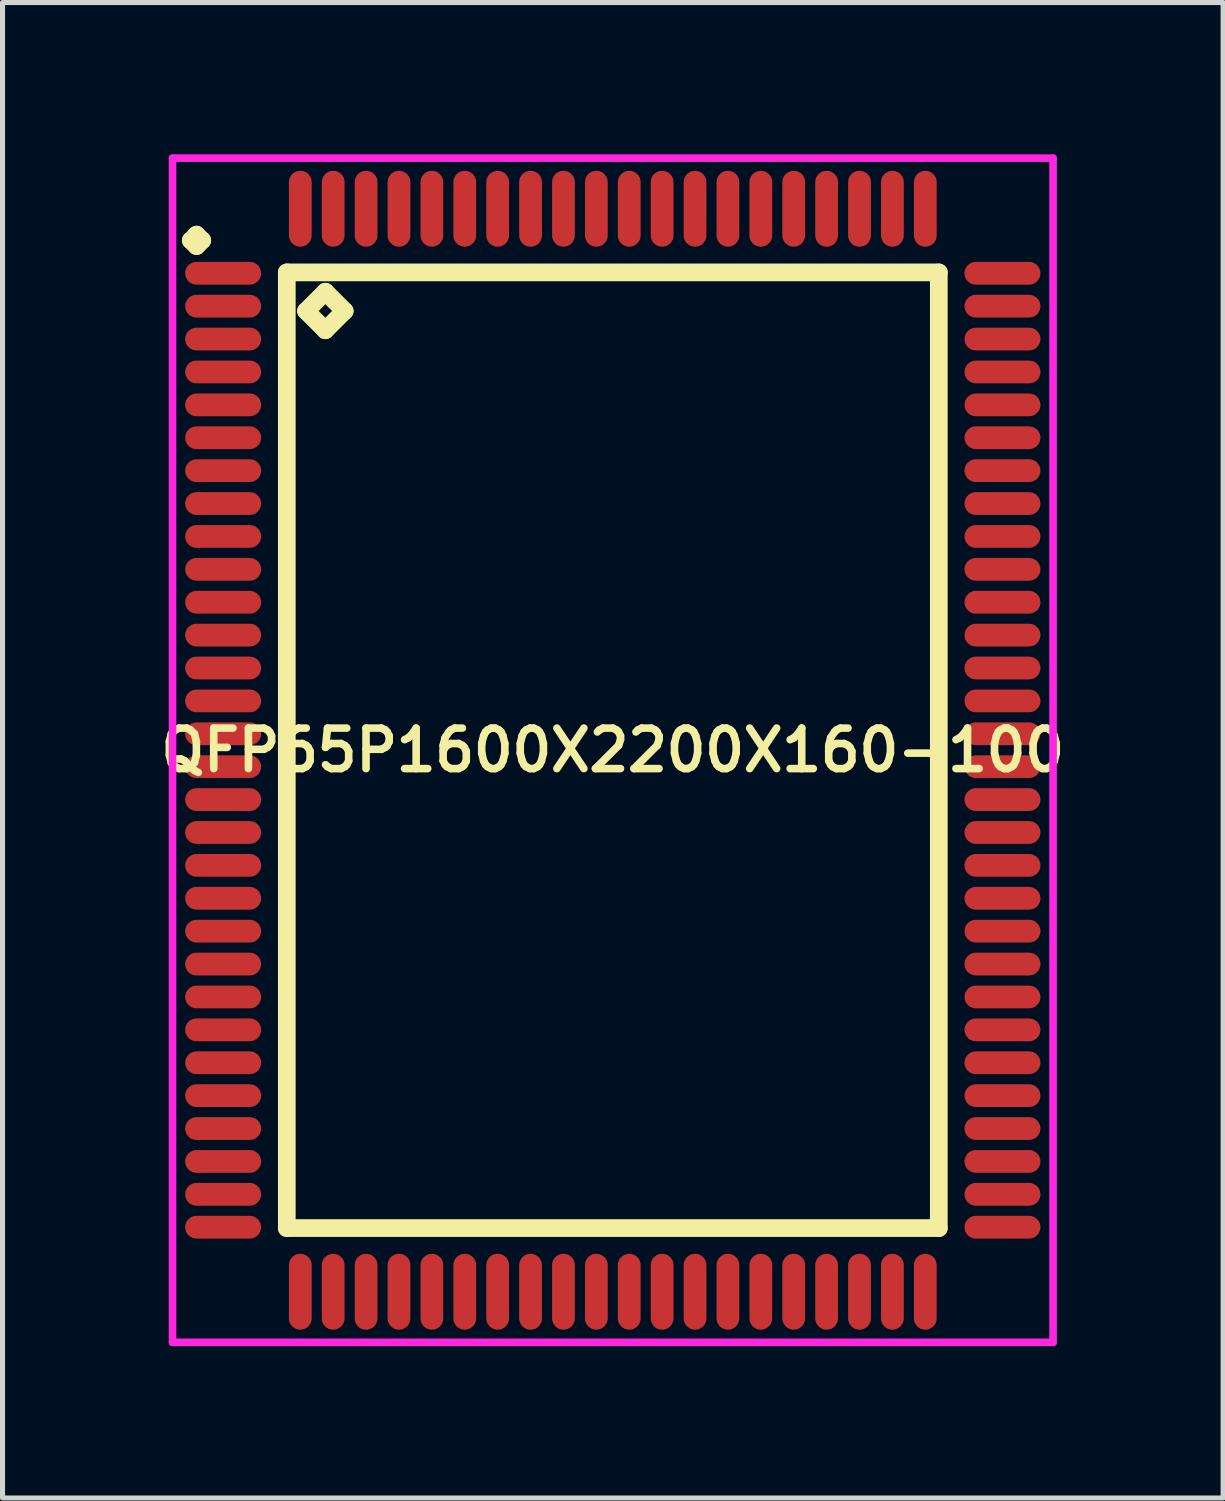
<source format=kicad_pcb>
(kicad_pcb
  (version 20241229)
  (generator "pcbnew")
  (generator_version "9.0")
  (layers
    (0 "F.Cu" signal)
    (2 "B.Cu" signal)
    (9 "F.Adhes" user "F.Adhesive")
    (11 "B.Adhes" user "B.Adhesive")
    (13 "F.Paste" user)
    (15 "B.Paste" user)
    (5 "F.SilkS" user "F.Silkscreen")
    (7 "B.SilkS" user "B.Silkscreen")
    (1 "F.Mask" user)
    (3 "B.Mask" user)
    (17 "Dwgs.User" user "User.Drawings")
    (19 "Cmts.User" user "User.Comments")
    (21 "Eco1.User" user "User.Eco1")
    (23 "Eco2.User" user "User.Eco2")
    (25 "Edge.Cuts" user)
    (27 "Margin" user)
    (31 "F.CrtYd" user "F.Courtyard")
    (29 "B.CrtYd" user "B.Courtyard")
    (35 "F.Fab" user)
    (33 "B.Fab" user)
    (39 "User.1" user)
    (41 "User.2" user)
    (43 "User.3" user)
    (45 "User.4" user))
  (footprint "QFP65P1600X2200X160-100"
    (layer "F.Cu")
    (at 9.059 11.775)
    (property "Reference" "QFP65P1600X2200X160-100" (at 0 0 0) (layer "F.SilkS") (effects (font (size 0.8 0.8) (thickness 0.15))))
    (attr smd)
    (fp_line (start -8.338 -10.075) (end -8.225 -10.188) (stroke (width 0.35) (type solid)) (layer "F.SilkS"))
    (fp_line (start -8.225 -10.188) (end -8.113 -10.075) (stroke (width 0.35) (type solid)) (layer "F.SilkS"))
    (fp_line (start -8.225 -9.963) (end -8.338 -10.075) (stroke (width 0.35) (type solid)) (layer "F.SilkS"))
    (fp_line (start -8.113 -10.075) (end -8.225 -9.963) (stroke (width 0.35) (type solid)) (layer "F.SilkS"))
    (fp_line (start -6.442 -9.442) (end -6.442 9.442) (stroke (width 0.35) (type solid)) (layer "F.SilkS"))
    (fp_line (start -6.442 9.442) (end 6.442 9.442) (stroke (width 0.35) (type solid)) (layer "F.SilkS"))
    (fp_line (start -6.061 -8.68) (end -5.68 -9.061) (stroke (width 0.35) (type solid)) (layer "F.SilkS"))
    (fp_line (start -5.68 -9.061) (end -5.299 -8.68) (stroke (width 0.35) (type solid)) (layer "F.SilkS"))
    (fp_line (start -5.68 -8.299) (end -6.061 -8.68) (stroke (width 0.35) (type solid)) (layer "F.SilkS"))
    (fp_line (start -5.299 -8.68) (end -5.68 -8.299) (stroke (width 0.35) (type solid)) (layer "F.SilkS"))
    (fp_line (start 6.442 -9.442) (end -6.442 -9.442) (stroke (width 0.35) (type solid)) (layer "F.SilkS"))
    (fp_line (start 6.442 9.442) (end 6.442 -9.442) (stroke (width 0.35) (type solid)) (layer "F.SilkS"))
    (fp_line (start -8.7 -11.7) (end 8.7 -11.7) (stroke (width 0.15) (type solid)) (layer "F.CrtYd"))
    (fp_line (start -8.7 11.7) (end -8.7 -11.7) (stroke (width 0.15) (type solid)) (layer "F.CrtYd"))
    (fp_line (start 8.7 -11.7) (end 8.7 11.7) (stroke (width 0.15) (type solid)) (layer "F.CrtYd"))
    (fp_line (start 8.7 11.7) (end -8.7 11.7) (stroke (width 0.15) (type solid)) (layer "F.CrtYd"))
    (pad "1" smd oval (at -7.7 -9.425) (size 1.5 0.45) (layers "F.Cu" "F.Mask" "F.Paste"))
    (pad "2" smd oval (at -7.7 -8.775) (size 1.5 0.45) (layers "F.Cu" "F.Mask" "F.Paste"))
    (pad "3" smd oval (at -7.7 -8.125) (size 1.5 0.45) (layers "F.Cu" "F.Mask" "F.Paste"))
    (pad "4" smd oval (at -7.7 -7.475) (size 1.5 0.45) (layers "F.Cu" "F.Mask" "F.Paste"))
    (pad "5" smd oval (at -7.7 -6.825) (size 1.5 0.45) (layers "F.Cu" "F.Mask" "F.Paste"))
    (pad "6" smd oval (at -7.7 -6.175) (size 1.5 0.45) (layers "F.Cu" "F.Mask" "F.Paste"))
    (pad "7" smd oval (at -7.7 -5.525) (size 1.5 0.45) (layers "F.Cu" "F.Mask" "F.Paste"))
    (pad "8" smd oval (at -7.7 -4.875) (size 1.5 0.45) (layers "F.Cu" "F.Mask" "F.Paste"))
    (pad "9" smd oval (at -7.7 -4.225) (size 1.5 0.45) (layers "F.Cu" "F.Mask" "F.Paste"))
    (pad "10" smd oval (at -7.7 -3.575) (size 1.5 0.45) (layers "F.Cu" "F.Mask" "F.Paste"))
    (pad "11" smd oval (at -7.7 -2.925) (size 1.5 0.45) (layers "F.Cu" "F.Mask" "F.Paste"))
    (pad "12" smd oval (at -7.7 -2.275) (size 1.5 0.45) (layers "F.Cu" "F.Mask" "F.Paste"))
    (pad "13" smd oval (at -7.7 -1.625) (size 1.5 0.45) (layers "F.Cu" "F.Mask" "F.Paste"))
    (pad "14" smd oval (at -7.7 -0.975) (size 1.5 0.45) (layers "F.Cu" "F.Mask" "F.Paste"))
    (pad "15" smd oval (at -7.7 -0.325) (size 1.5 0.45) (layers "F.Cu" "F.Mask" "F.Paste"))
    (pad "16" smd oval (at -7.7 0.325) (size 1.5 0.45) (layers "F.Cu" "F.Mask" "F.Paste"))
    (pad "17" smd oval (at -7.7 0.975) (size 1.5 0.45) (layers "F.Cu" "F.Mask" "F.Paste"))
    (pad "18" smd oval (at -7.7 1.625) (size 1.5 0.45) (layers "F.Cu" "F.Mask" "F.Paste"))
    (pad "19" smd oval (at -7.7 2.275) (size 1.5 0.45) (layers "F.Cu" "F.Mask" "F.Paste"))
    (pad "20" smd oval (at -7.7 2.925) (size 1.5 0.45) (layers "F.Cu" "F.Mask" "F.Paste"))
    (pad "21" smd oval (at -7.7 3.575) (size 1.5 0.45) (layers "F.Cu" "F.Mask" "F.Paste"))
    (pad "22" smd oval (at -7.7 4.225) (size 1.5 0.45) (layers "F.Cu" "F.Mask" "F.Paste"))
    (pad "23" smd oval (at -7.7 4.875) (size 1.5 0.45) (layers "F.Cu" "F.Mask" "F.Paste"))
    (pad "24" smd oval (at -7.7 5.525) (size 1.5 0.45) (layers "F.Cu" "F.Mask" "F.Paste"))
    (pad "25" smd oval (at -7.7 6.175) (size 1.5 0.45) (layers "F.Cu" "F.Mask" "F.Paste"))
    (pad "26" smd oval (at -7.7 6.825) (size 1.5 0.45) (layers "F.Cu" "F.Mask" "F.Paste"))
    (pad "27" smd oval (at -7.7 7.475) (size 1.5 0.45) (layers "F.Cu" "F.Mask" "F.Paste"))
    (pad "28" smd oval (at -7.7 8.125) (size 1.5 0.45) (layers "F.Cu" "F.Mask" "F.Paste"))
    (pad "29" smd oval (at -7.7 8.775) (size 1.5 0.45) (layers "F.Cu" "F.Mask" "F.Paste"))
    (pad "30" smd oval (at -7.7 9.425) (size 1.5 0.45) (layers "F.Cu" "F.Mask" "F.Paste"))
    (pad "31" smd oval (at -6.175 10.7) (size 0.45 1.5) (layers "F.Cu" "F.Mask" "F.Paste"))
    (pad "32" smd oval (at -5.525 10.7) (size 0.45 1.5) (layers "F.Cu" "F.Mask" "F.Paste"))
    (pad "33" smd oval (at -4.875 10.7) (size 0.45 1.5) (layers "F.Cu" "F.Mask" "F.Paste"))
    (pad "34" smd oval (at -4.225 10.7) (size 0.45 1.5) (layers "F.Cu" "F.Mask" "F.Paste"))
    (pad "35" smd oval (at -3.575 10.7) (size 0.45 1.5) (layers "F.Cu" "F.Mask" "F.Paste"))
    (pad "36" smd oval (at -2.925 10.7) (size 0.45 1.5) (layers "F.Cu" "F.Mask" "F.Paste"))
    (pad "37" smd oval (at -2.275 10.7) (size 0.45 1.5) (layers "F.Cu" "F.Mask" "F.Paste"))
    (pad "38" smd oval (at -1.625 10.7) (size 0.45 1.5) (layers "F.Cu" "F.Mask" "F.Paste"))
    (pad "39" smd oval (at -0.975 10.7) (size 0.45 1.5) (layers "F.Cu" "F.Mask" "F.Paste"))
    (pad "40" smd oval (at -0.325 10.7) (size 0.45 1.5) (layers "F.Cu" "F.Mask" "F.Paste"))
    (pad "41" smd oval (at 0.325 10.7) (size 0.45 1.5) (layers "F.Cu" "F.Mask" "F.Paste"))
    (pad "42" smd oval (at 0.975 10.7) (size 0.45 1.5) (layers "F.Cu" "F.Mask" "F.Paste"))
    (pad "43" smd oval (at 1.625 10.7) (size 0.45 1.5) (layers "F.Cu" "F.Mask" "F.Paste"))
    (pad "44" smd oval (at 2.275 10.7) (size 0.45 1.5) (layers "F.Cu" "F.Mask" "F.Paste"))
    (pad "45" smd oval (at 2.925 10.7) (size 0.45 1.5) (layers "F.Cu" "F.Mask" "F.Paste"))
    (pad "46" smd oval (at 3.575 10.7) (size 0.45 1.5) (layers "F.Cu" "F.Mask" "F.Paste"))
    (pad "47" smd oval (at 4.225 10.7) (size 0.45 1.5) (layers "F.Cu" "F.Mask" "F.Paste"))
    (pad "48" smd oval (at 4.875 10.7) (size 0.45 1.5) (layers "F.Cu" "F.Mask" "F.Paste"))
    (pad "49" smd oval (at 5.525 10.7) (size 0.45 1.5) (layers "F.Cu" "F.Mask" "F.Paste"))
    (pad "50" smd oval (at 6.175 10.7) (size 0.45 1.5) (layers "F.Cu" "F.Mask" "F.Paste"))
    (pad "51" smd oval (at 7.7 9.425) (size 1.5 0.45) (layers "F.Cu" "F.Mask" "F.Paste"))
    (pad "52" smd oval (at 7.7 8.775) (size 1.5 0.45) (layers "F.Cu" "F.Mask" "F.Paste"))
    (pad "53" smd oval (at 7.7 8.125) (size 1.5 0.45) (layers "F.Cu" "F.Mask" "F.Paste"))
    (pad "54" smd oval (at 7.7 7.475) (size 1.5 0.45) (layers "F.Cu" "F.Mask" "F.Paste"))
    (pad "55" smd oval (at 7.7 6.825) (size 1.5 0.45) (layers "F.Cu" "F.Mask" "F.Paste"))
    (pad "56" smd oval (at 7.7 6.175) (size 1.5 0.45) (layers "F.Cu" "F.Mask" "F.Paste"))
    (pad "57" smd oval (at 7.7 5.525) (size 1.5 0.45) (layers "F.Cu" "F.Mask" "F.Paste"))
    (pad "58" smd oval (at 7.7 4.875) (size 1.5 0.45) (layers "F.Cu" "F.Mask" "F.Paste"))
    (pad "59" smd oval (at 7.7 4.225) (size 1.5 0.45) (layers "F.Cu" "F.Mask" "F.Paste"))
    (pad "60" smd oval (at 7.7 3.575) (size 1.5 0.45) (layers "F.Cu" "F.Mask" "F.Paste"))
    (pad "61" smd oval (at 7.7 2.925) (size 1.5 0.45) (layers "F.Cu" "F.Mask" "F.Paste"))
    (pad "62" smd oval (at 7.7 2.275) (size 1.5 0.45) (layers "F.Cu" "F.Mask" "F.Paste"))
    (pad "63" smd oval (at 7.7 1.625) (size 1.5 0.45) (layers "F.Cu" "F.Mask" "F.Paste"))
    (pad "64" smd oval (at 7.7 0.975) (size 1.5 0.45) (layers "F.Cu" "F.Mask" "F.Paste"))
    (pad "65" smd oval (at 7.7 0.325) (size 1.5 0.45) (layers "F.Cu" "F.Mask" "F.Paste"))
    (pad "66" smd oval (at 7.7 -0.325) (size 1.5 0.45) (layers "F.Cu" "F.Mask" "F.Paste"))
    (pad "67" smd oval (at 7.7 -0.975) (size 1.5 0.45) (layers "F.Cu" "F.Mask" "F.Paste"))
    (pad "68" smd oval (at 7.7 -1.625) (size 1.5 0.45) (layers "F.Cu" "F.Mask" "F.Paste"))
    (pad "69" smd oval (at 7.7 -2.275) (size 1.5 0.45) (layers "F.Cu" "F.Mask" "F.Paste"))
    (pad "70" smd oval (at 7.7 -2.925) (size 1.5 0.45) (layers "F.Cu" "F.Mask" "F.Paste"))
    (pad "71" smd oval (at 7.7 -3.575) (size 1.5 0.45) (layers "F.Cu" "F.Mask" "F.Paste"))
    (pad "72" smd oval (at 7.7 -4.225) (size 1.5 0.45) (layers "F.Cu" "F.Mask" "F.Paste"))
    (pad "73" smd oval (at 7.7 -4.875) (size 1.5 0.45) (layers "F.Cu" "F.Mask" "F.Paste"))
    (pad "74" smd oval (at 7.7 -5.525) (size 1.5 0.45) (layers "F.Cu" "F.Mask" "F.Paste"))
    (pad "75" smd oval (at 7.7 -6.175) (size 1.5 0.45) (layers "F.Cu" "F.Mask" "F.Paste"))
    (pad "76" smd oval (at 7.7 -6.825) (size 1.5 0.45) (layers "F.Cu" "F.Mask" "F.Paste"))
    (pad "77" smd oval (at 7.7 -7.475) (size 1.5 0.45) (layers "F.Cu" "F.Mask" "F.Paste"))
    (pad "78" smd oval (at 7.7 -8.125) (size 1.5 0.45) (layers "F.Cu" "F.Mask" "F.Paste"))
    (pad "79" smd oval (at 7.7 -8.775) (size 1.5 0.45) (layers "F.Cu" "F.Mask" "F.Paste"))
    (pad "80" smd oval (at 7.7 -9.425) (size 1.5 0.45) (layers "F.Cu" "F.Mask" "F.Paste"))
    (pad "81" smd oval (at 6.175 -10.7) (size 0.45 1.5) (layers "F.Cu" "F.Mask" "F.Paste"))
    (pad "82" smd oval (at 5.525 -10.7) (size 0.45 1.5) (layers "F.Cu" "F.Mask" "F.Paste"))
    (pad "83" smd oval (at 4.875 -10.7) (size 0.45 1.5) (layers "F.Cu" "F.Mask" "F.Paste"))
    (pad "84" smd oval (at 4.225 -10.7) (size 0.45 1.5) (layers "F.Cu" "F.Mask" "F.Paste"))
    (pad "85" smd oval (at 3.575 -10.7) (size 0.45 1.5) (layers "F.Cu" "F.Mask" "F.Paste"))
    (pad "86" smd oval (at 2.925 -10.7) (size 0.45 1.5) (layers "F.Cu" "F.Mask" "F.Paste"))
    (pad "87" smd oval (at 2.275 -10.7) (size 0.45 1.5) (layers "F.Cu" "F.Mask" "F.Paste"))
    (pad "88" smd oval (at 1.625 -10.7) (size 0.45 1.5) (layers "F.Cu" "F.Mask" "F.Paste"))
    (pad "89" smd oval (at 0.975 -10.7) (size 0.45 1.5) (layers "F.Cu" "F.Mask" "F.Paste"))
    (pad "90" smd oval (at 0.325 -10.7) (size 0.45 1.5) (layers "F.Cu" "F.Mask" "F.Paste"))
    (pad "91" smd oval (at -0.325 -10.7) (size 0.45 1.5) (layers "F.Cu" "F.Mask" "F.Paste"))
    (pad "92" smd oval (at -0.975 -10.7) (size 0.45 1.5) (layers "F.Cu" "F.Mask" "F.Paste"))
    (pad "93" smd oval (at -1.625 -10.7) (size 0.45 1.5) (layers "F.Cu" "F.Mask" "F.Paste"))
    (pad "94" smd oval (at -2.275 -10.7) (size 0.45 1.5) (layers "F.Cu" "F.Mask" "F.Paste"))
    (pad "95" smd oval (at -2.925 -10.7) (size 0.45 1.5) (layers "F.Cu" "F.Mask" "F.Paste"))
    (pad "96" smd oval (at -3.575 -10.7) (size 0.45 1.5) (layers "F.Cu" "F.Mask" "F.Paste"))
    (pad "97" smd oval (at -4.225 -10.7) (size 0.45 1.5) (layers "F.Cu" "F.Mask" "F.Paste"))
    (pad "98" smd oval (at -4.875 -10.7) (size 0.45 1.5) (layers "F.Cu" "F.Mask" "F.Paste"))
    (pad "99" smd oval (at -5.525 -10.7) (size 0.45 1.5) (layers "F.Cu" "F.Mask" "F.Paste"))
    (pad "100" smd oval (at -6.175 -10.7) (size 0.45 1.5) (layers "F.Cu" "F.Mask" "F.Paste")))
  (gr_rect
    (start -3 -3)
    (end 21.119 26.55)
    (stroke (width 0.1) (type default))
    (fill no)
    (layer "Edge.Cuts")))
</source>
